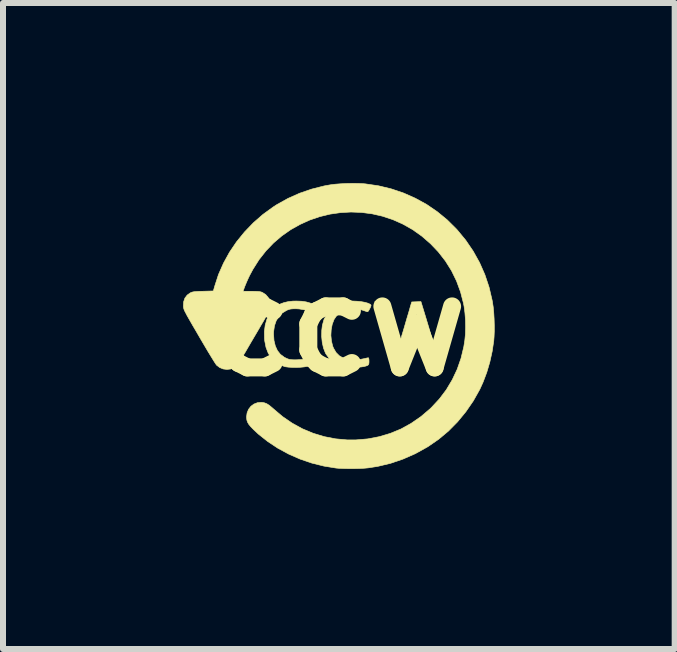
<source format=kicad_pcb>
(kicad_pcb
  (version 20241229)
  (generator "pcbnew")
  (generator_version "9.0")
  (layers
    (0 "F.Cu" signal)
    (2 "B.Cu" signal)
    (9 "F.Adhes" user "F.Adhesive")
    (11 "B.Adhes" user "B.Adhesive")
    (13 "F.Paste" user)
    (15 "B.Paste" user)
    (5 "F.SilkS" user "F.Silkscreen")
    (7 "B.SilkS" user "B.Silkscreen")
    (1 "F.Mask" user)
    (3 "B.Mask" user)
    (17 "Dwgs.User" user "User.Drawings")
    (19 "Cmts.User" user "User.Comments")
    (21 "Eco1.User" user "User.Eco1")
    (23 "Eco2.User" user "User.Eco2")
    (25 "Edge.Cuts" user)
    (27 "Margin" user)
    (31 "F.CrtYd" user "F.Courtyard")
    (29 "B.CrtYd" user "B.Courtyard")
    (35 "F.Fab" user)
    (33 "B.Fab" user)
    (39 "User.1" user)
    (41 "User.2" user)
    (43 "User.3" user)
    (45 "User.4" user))
  (footprint "ccw"
    (layer "F.Cu")
    (at 2.594 2.381)
    (property "Reference" "ccw" (at 0 0 0) (layer "F.SilkS") (effects (font (size 1.524 1.524) (thickness 0.3))))
    (attr through_hole)
    (fp_poly (pts (xy -0.62 -0.413) (xy -0.545 -0.402) (xy -0.478 -0.383) (xy -0.455 -0.374) (xy -0.407 -0.353) (xy -0.438 -0.293) (xy -0.456 -0.259) (xy -0.469 -0.242) (xy -0.481 -0.238) (xy -0.486 -0.239) (xy -0.574 -0.27) (xy -0.661 -0.285) (xy -0.716 -0.288) (xy -0.764 -0.287) (xy -0.799 -0.284) (xy -0.83 -0.277) (xy -0.863 -0.264) (xy -0.871 -0.26) (xy -0.942 -0.217) (xy -0.999 -0.159) (xy -1.043 -0.088) (xy -1.072 -0.004) (xy -1.086 0.093) (xy -1.087 0.136) (xy -1.08 0.241) (xy -1.058 0.332) (xy -1.023 0.409) (xy -0.974 0.471) (xy -0.91 0.519) (xy -0.881 0.534) (xy -0.849 0.548) (xy -0.82 0.557) (xy -0.789 0.561) (xy -0.748 0.563) (xy -0.716 0.563) (xy -0.646 0.56) (xy -0.578 0.553) (xy -0.535 0.545) (xy -0.498 0.537) (xy -0.469 0.531) (xy -0.454 0.53) (xy -0.452 0.53) (xy -0.452 0.541) (xy -0.453 0.566) (xy -0.456 0.594) (xy -0.462 0.655) (xy -0.528 0.672) (xy -0.577 0.681) (xy -0.639 0.687) (xy -0.708 0.69) (xy -0.777 0.689) (xy -0.84 0.685) (xy -0.892 0.678) (xy -0.904 0.675) (xy -0.991 0.641) (xy -1.066 0.592) (xy -1.129 0.528) (xy -1.177 0.449) (xy -1.213 0.355) (xy -1.234 0.248) (xy -1.238 0.211) (xy -1.24 0.093) (xy -1.226 -0.016) (xy -1.197 -0.115) (xy -1.152 -0.203) (xy -1.094 -0.278) (xy -1.021 -0.339) (xy -0.968 -0.37) (xy -0.913 -0.39) (xy -0.844 -0.406) (xy -0.765 -0.415) (xy -0.709 -0.416) (xy -0.62 -0.413)) (stroke (width 0.01) (type solid)) (fill yes) (layer "F.SilkS"))
    (fp_poly (pts (xy 0.304 -0.413) (xy 0.372 -0.406) (xy 0.434 -0.395) (xy 0.486 -0.38) (xy 0.522 -0.363) (xy 0.523 -0.362) (xy 0.534 -0.353) (xy 0.537 -0.343) (xy 0.533 -0.328) (xy 0.521 -0.3) (xy 0.515 -0.289) (xy 0.498 -0.257) (xy 0.485 -0.241) (xy 0.474 -0.238) (xy 0.47 -0.239) (xy 0.384 -0.268) (xy 0.297 -0.284) (xy 0.213 -0.289) (xy 0.136 -0.28) (xy 0.104 -0.271) (xy 0.053 -0.245) (xy 0.001 -0.206) (xy -0.045 -0.16) (xy -0.078 -0.111) (xy -0.08 -0.107) (xy -0.11 -0.028) (xy -0.127 0.062) (xy -0.132 0.156) (xy -0.123 0.249) (xy -0.102 0.335) (xy -0.088 0.369) (xy -0.046 0.441) (xy 0.009 0.496) (xy 0.077 0.535) (xy 0.156 0.559) (xy 0.249 0.566) (xy 0.353 0.557) (xy 0.425 0.543) (xy 0.458 0.535) (xy 0.483 0.53) (xy 0.492 0.528) (xy 0.498 0.537) (xy 0.502 0.559) (xy 0.503 0.588) (xy 0.502 0.615) (xy 0.499 0.632) (xy 0.491 0.647) (xy 0.476 0.658) (xy 0.449 0.667) (xy 0.418 0.675) (xy 0.373 0.682) (xy 0.315 0.687) (xy 0.251 0.689) (xy 0.187 0.69) (xy 0.128 0.687) (xy 0.081 0.682) (xy 0.067 0.68) (xy -0.018 0.649) (xy -0.095 0.602) (xy -0.161 0.539) (xy -0.215 0.464) (xy -0.224 0.447) (xy -0.255 0.367) (xy -0.276 0.274) (xy -0.286 0.174) (xy -0.284 0.071) (xy -0.274 -0.011) (xy -0.248 -0.106) (xy -0.204 -0.192) (xy -0.146 -0.267) (xy -0.075 -0.328) (xy 0.007 -0.375) (xy 0.099 -0.405) (xy 0.109 -0.407) (xy 0.168 -0.414) (xy 0.234 -0.416) (xy 0.304 -0.413)) (stroke (width 0.01) (type solid)) (fill yes) (layer "F.SilkS"))
    (fp_poly (pts (xy 1.389 -0.338) (xy 1.437 -0.181) (xy 1.479 -0.042) (xy 1.515 0.079) (xy 1.545 0.182) (xy 1.57 0.266) (xy 1.588 0.331) (xy 1.601 0.378) (xy 1.607 0.404) (xy 1.614 0.436) (xy 1.619 0.458) (xy 1.622 0.464) (xy 1.625 0.454) (xy 1.631 0.428) (xy 1.64 0.389) (xy 1.651 0.341) (xy 1.655 0.325) (xy 1.665 0.281) (xy 1.68 0.221) (xy 1.698 0.148) (xy 1.718 0.067) (xy 1.739 -0.018) (xy 1.761 -0.105) (xy 1.783 -0.19) (xy 1.803 -0.268) (xy 1.821 -0.336) (xy 1.829 -0.368) (xy 1.84 -0.406) (xy 1.916 -0.406) (xy 1.952 -0.406) (xy 1.979 -0.405) (xy 1.991 -0.404) (xy 1.991 -0.404) (xy 1.991 -0.402) (xy 1.99 -0.398) (xy 1.988 -0.389) (xy 1.984 -0.375) (xy 1.978 -0.353) (xy 1.97 -0.323) (xy 1.96 -0.283) (xy 1.946 -0.231) (xy 1.929 -0.166) (xy 1.908 -0.087) (xy 1.882 0.009) (xy 1.852 0.121) (xy 1.835 0.188) (xy 1.812 0.274) (xy 1.79 0.356) (xy 1.77 0.432) (xy 1.752 0.499) (xy 1.737 0.554) (xy 1.727 0.595) (xy 1.721 0.618) (xy 1.704 0.682) (xy 1.628 0.679) (xy 1.552 0.676) (xy 1.532 0.61) (xy 1.491 0.473) (xy 1.452 0.342) (xy 1.427 0.259) (xy 1.411 0.207) (xy 1.396 0.156) (xy 1.384 0.113) (xy 1.376 0.086) (xy 1.365 0.047) (xy 1.351 0.001) (xy 1.343 -0.025) (xy 1.33 -0.069) (xy 1.317 -0.116) (xy 1.311 -0.14) (xy 1.303 -0.169) (xy 1.297 -0.187) (xy 1.294 -0.19) (xy 1.289 -0.179) (xy 1.281 -0.152) (xy 1.269 -0.112) (xy 1.255 -0.063) (xy 1.245 -0.029) (xy 1.229 0.029) (xy 1.208 0.1) (xy 1.185 0.18) (xy 1.161 0.263) (xy 1.138 0.342) (xy 1.132 0.361) (xy 1.113 0.429) (xy 1.094 0.493) (xy 1.078 0.55) (xy 1.065 0.596) (xy 1.057 0.627) (xy 1.054 0.638) (xy 1.045 0.681) (xy 0.97 0.681) (xy 0.933 0.68) (xy 0.905 0.677) (xy 0.891 0.674) (xy 0.891 0.673) (xy 0.887 0.662) (xy 0.879 0.633) (xy 0.867 0.589) (xy 0.851 0.53) (xy 0.832 0.46) (xy 0.811 0.38) (xy 0.787 0.292) (xy 0.762 0.198) (xy 0.737 0.101) (xy 0.712 0.009) (xy 0.689 -0.078) (xy 0.668 -0.156) (xy 0.65 -0.224) (xy 0.636 -0.279) (xy 0.625 -0.318) (xy 0.62 -0.338) (xy 0.601 -0.406) (xy 0.757 -0.406) (xy 0.856 -0.013) (xy 0.878 0.075) (xy 0.899 0.159) (xy 0.917 0.235) (xy 0.934 0.302) (xy 0.947 0.357) (xy 0.956 0.397) (xy 0.961 0.421) (xy 0.962 0.425) (xy 0.966 0.45) (xy 0.97 0.464) (xy 0.971 0.465) (xy 0.974 0.455) (xy 0.981 0.429) (xy 0.99 0.391) (xy 1 0.351) (xy 1.013 0.296) (xy 1.03 0.23) (xy 1.049 0.161) (xy 1.067 0.102) (xy 1.087 0.035) (xy 1.109 -0.041) (xy 1.131 -0.117) (xy 1.148 -0.173) (xy 1.164 -0.227) (xy 1.179 -0.278) (xy 1.191 -0.322) (xy 1.2 -0.352) (xy 1.201 -0.356) (xy 1.215 -0.401) (xy 1.292 -0.404) (xy 1.368 -0.407) (xy 1.389 -0.338)) (stroke (width 0.01) (type solid)) (fill yes) (layer "F.SilkS"))
    (fp_poly (pts (xy 0.322 -2.375) (xy 0.408 -2.371) (xy 0.443 -2.368) (xy 0.661 -2.336) (xy 0.873 -2.285) (xy 1.078 -2.216) (xy 1.274 -2.129) (xy 1.462 -2.026) (xy 1.639 -1.905) (xy 1.805 -1.769) (xy 1.957 -1.618) (xy 1.971 -1.603) (xy 2.114 -1.43) (xy 2.238 -1.248) (xy 2.345 -1.056) (xy 2.433 -0.856) (xy 2.503 -0.647) (xy 2.554 -0.429) (xy 2.56 -0.396) (xy 2.572 -0.316) (xy 2.581 -0.222) (xy 2.587 -0.118) (xy 2.59 -0.013) (xy 2.59 0.09) (xy 2.586 0.183) (xy 2.581 0.247) (xy 2.555 0.421) (xy 2.516 0.598) (xy 2.465 0.771) (xy 2.403 0.935) (xy 2.348 1.056) (xy 2.24 1.248) (xy 2.116 1.428) (xy 1.978 1.596) (xy 1.827 1.749) (xy 1.662 1.887) (xy 1.485 2.009) (xy 1.468 2.019) (xy 1.273 2.127) (xy 1.07 2.216) (xy 0.862 2.287) (xy 0.648 2.338) (xy 0.488 2.363) (xy 0.421 2.369) (xy 0.341 2.373) (xy 0.252 2.375) (xy 0.162 2.375) (xy 0.076 2.373) (xy -0.000368 2.37) (xy -0.046 2.366) (xy -0.249 2.333) (xy -0.45 2.283) (xy -0.646 2.216) (xy -0.835 2.133) (xy -1.016 2.035) (xy -1.185 1.923) (xy -1.341 1.799) (xy -1.419 1.726) (xy -1.466 1.678) (xy -1.499 1.638) (xy -1.52 1.602) (xy -1.532 1.566) (xy -1.536 1.527) (xy -1.537 1.515) (xy -1.528 1.447) (xy -1.503 1.387) (xy -1.464 1.337) (xy -1.414 1.3) (xy -1.355 1.277) (xy -1.29 1.272) (xy -1.282 1.272) (xy -1.24 1.279) (xy -1.201 1.294) (xy -1.161 1.319) (xy -1.115 1.357) (xy -1.092 1.377) (xy -0.939 1.507) (xy -0.777 1.618) (xy -0.606 1.712) (xy -0.429 1.786) (xy -0.245 1.842) (xy -0.055 1.879) (xy 0.139 1.897) (xy 0.284 1.897) (xy 0.483 1.88) (xy 0.675 1.843) (xy 0.859 1.788) (xy 1.036 1.715) (xy 1.204 1.622) (xy 1.365 1.511) (xy 1.517 1.382) (xy 1.543 1.357) (xy 1.675 1.215) (xy 1.791 1.061) (xy 1.89 0.895) (xy 1.972 0.721) (xy 2.036 0.537) (xy 2.082 0.346) (xy 2.099 0.239) (xy 2.109 0.135) (xy 2.112 0.019) (xy 2.11 -0.101) (xy 2.101 -0.218) (xy 2.087 -0.326) (xy 2.078 -0.374) (xy 2.028 -0.567) (xy 1.961 -0.75) (xy 1.877 -0.922) (xy 1.776 -1.083) (xy 1.657 -1.236) (xy 1.527 -1.372) (xy 1.382 -1.498) (xy 1.228 -1.607) (xy 1.067 -1.698) (xy 0.901 -1.772) (xy 0.73 -1.829) (xy 0.556 -1.869) (xy 0.38 -1.892) (xy 0.203 -1.899) (xy 0.027 -1.889) (xy -0.147 -1.864) (xy -0.319 -1.822) (xy -0.486 -1.765) (xy -0.647 -1.692) (xy -0.802 -1.605) (xy -0.949 -1.502) (xy -1.086 -1.385) (xy -1.213 -1.253) (xy -1.328 -1.107) (xy -1.43 -0.946) (xy -1.486 -0.842) (xy -1.511 -0.789) (xy -1.535 -0.735) (xy -1.556 -0.685) (xy -1.569 -0.653) (xy -1.595 -0.579) (xy -1.455 -0.579) (xy -1.395 -0.578) (xy -1.35 -0.576) (xy -1.318 -0.573) (xy -1.293 -0.567) (xy -1.274 -0.56) (xy -1.218 -0.524) (xy -1.175 -0.474) (xy -1.148 -0.414) (xy -1.138 -0.348) (xy -1.139 -0.33) (xy -1.142 -0.311) (xy -1.147 -0.289) (xy -1.157 -0.264) (xy -1.172 -0.232) (xy -1.193 -0.192) (xy -1.221 -0.142) (xy -1.257 -0.079) (xy -1.302 -0.003) (xy -1.333 0.051) (xy -1.376 0.124) (xy -1.425 0.207) (xy -1.475 0.292) (xy -1.522 0.373) (xy -1.559 0.437) (xy -1.594 0.494) (xy -1.626 0.548) (xy -1.654 0.593) (xy -1.677 0.628) (xy -1.692 0.65) (xy -1.695 0.653) (xy -1.744 0.692) (xy -1.802 0.716) (xy -1.864 0.723) (xy -1.927 0.715) (xy -1.985 0.691) (xy -2.036 0.652) (xy -2.038 0.649) (xy -2.049 0.634) (xy -2.07 0.602) (xy -2.098 0.557) (xy -2.133 0.5) (xy -2.174 0.433) (xy -2.219 0.357) (xy -2.268 0.274) (xy -2.319 0.187) (xy -2.327 0.173) (xy -2.385 0.073) (xy -2.434 -0.01) (xy -2.474 -0.08) (xy -2.506 -0.136) (xy -2.532 -0.182) (xy -2.551 -0.219) (xy -2.566 -0.247) (xy -2.576 -0.27) (xy -2.582 -0.288) (xy -2.586 -0.304) (xy -2.588 -0.318) (xy -2.589 -0.333) (xy -2.589 -0.333) (xy -2.585 -0.403) (xy -2.564 -0.465) (xy -2.526 -0.515) (xy -2.476 -0.551) (xy -2.458 -0.56) (xy -2.439 -0.566) (xy -2.414 -0.571) (xy -2.381 -0.574) (xy -2.336 -0.577) (xy -2.274 -0.579) (xy -2.262 -0.579) (xy -2.09 -0.584) (xy -2.067 -0.665) (xy -2.004 -0.859) (xy -1.921 -1.047) (xy -1.821 -1.229) (xy -1.704 -1.402) (xy -1.571 -1.566) (xy -1.425 -1.718) (xy -1.265 -1.858) (xy -1.093 -1.983) (xy -1.028 -2.025) (xy -0.846 -2.126) (xy -0.653 -2.212) (xy -0.452 -2.281) (xy -0.247 -2.333) (xy -0.142 -2.352) (xy -0.065 -2.362) (xy 0.026 -2.369) (xy 0.125 -2.374) (xy 0.226 -2.376) (xy 0.322 -2.375)) (stroke (width 0.01) (type solid)) (fill yes) (layer "F.SilkS")))
  (gr_rect
    (start -3 -3)
    (end 8.189 7.761)
    (stroke (width 0.1) (type default))
    (fill no)
    (layer "Edge.Cuts")))
</source>
